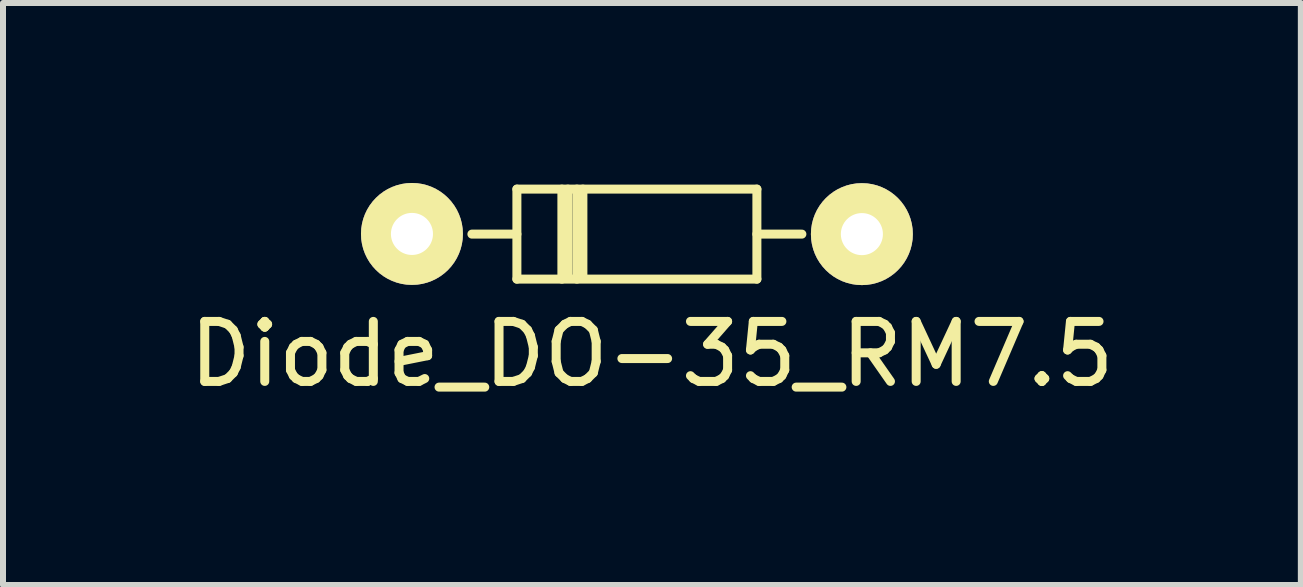
<source format=kicad_pcb>
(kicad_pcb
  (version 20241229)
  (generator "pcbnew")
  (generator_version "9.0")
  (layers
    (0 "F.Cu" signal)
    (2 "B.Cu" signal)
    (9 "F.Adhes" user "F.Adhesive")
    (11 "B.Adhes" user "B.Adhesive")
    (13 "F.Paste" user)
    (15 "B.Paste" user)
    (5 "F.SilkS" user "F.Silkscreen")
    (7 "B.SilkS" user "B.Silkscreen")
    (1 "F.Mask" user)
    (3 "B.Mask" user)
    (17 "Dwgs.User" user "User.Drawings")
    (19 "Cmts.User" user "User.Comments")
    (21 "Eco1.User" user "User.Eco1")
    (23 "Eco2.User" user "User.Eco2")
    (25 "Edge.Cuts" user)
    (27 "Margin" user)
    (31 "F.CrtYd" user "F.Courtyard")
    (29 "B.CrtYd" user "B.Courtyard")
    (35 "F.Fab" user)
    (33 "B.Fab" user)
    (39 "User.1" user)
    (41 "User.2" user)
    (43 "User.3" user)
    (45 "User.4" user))
  (footprint "Diode_DO-35_RM7.5"
    (layer "F.Cu")
    (at 3.815 0.852)
    (property "Reference" "Diode_DO-35_RM7.5" (at 4 2 0) (layer "F.SilkS") (effects (font (size 1 1) (thickness 0.15))))
    (attr through_hole)
    (fp_line (start 1.75 -0.75) (end 1.75 0.75) (stroke (width 0.15) (type solid)) (layer "F.SilkS"))
    (fp_line (start 1.75 -0.75) (end 5.75 -0.75) (stroke (width 0.15) (type solid)) (layer "F.SilkS"))
    (fp_line (start 1.75 0) (end 1 0) (stroke (width 0.15) (type solid)) (layer "F.SilkS"))
    (fp_line (start 1.75 0.75) (end 5.75 0.75) (stroke (width 0.15) (type solid)) (layer "F.SilkS"))
    (fp_line (start 2.5 -0.75) (end 2.5 0.75) (stroke (width 0.15) (type solid)) (layer "F.SilkS"))
    (fp_line (start 2.6 -0.75) (end 2.6 0.7) (stroke (width 0.15) (type solid)) (layer "F.SilkS"))
    (fp_line (start 2.75 -0.75) (end 2.75 0.75) (stroke (width 0.15) (type solid)) (layer "F.SilkS"))
    (fp_line (start 2.85 -0.75) (end 2.85 0.7) (stroke (width 0.15) (type solid)) (layer "F.SilkS"))
    (fp_line (start 5.75 0) (end 6.5 0) (stroke (width 0.15) (type solid)) (layer "F.SilkS"))
    (fp_line (start 5.75 0.75) (end 5.75 -0.75) (stroke (width 0.15) (type solid)) (layer "F.SilkS"))
    (pad "1" thru_hole circle (at 0.001 -0.003 180) (size 1.699 1.699) (drill 0.701) (layers "*.Cu" "*.Mask" "F.SilkS"))
    (pad "2" thru_hole circle (at 7.5 0 180) (size 1.699 1.699) (drill 0.701) (layers "*.Cu" "*.Mask" "F.SilkS")))
  (gr_rect
    (start -3 -3)
    (end 18.631 6.7)
    (stroke (width 0.1) (type default))
    (fill no)
    (layer "Edge.Cuts")))
</source>
